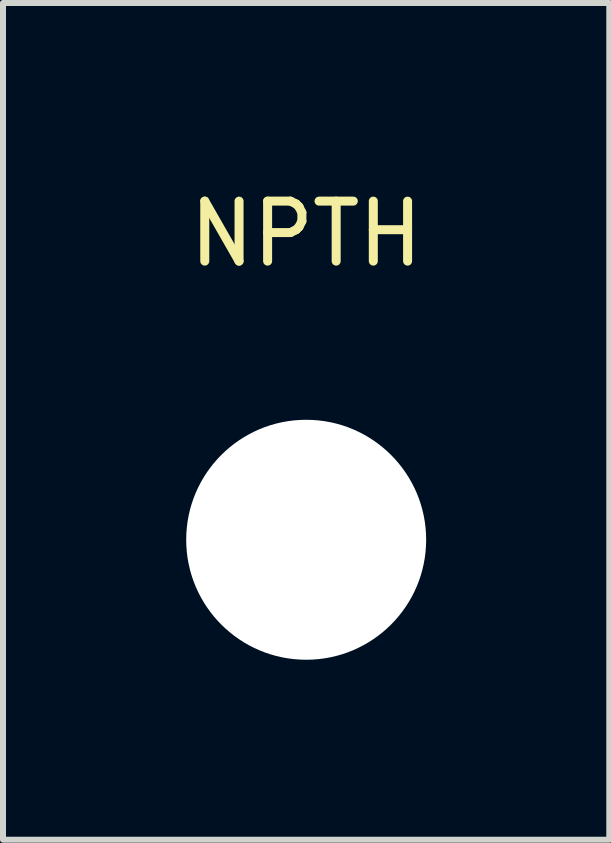
<source format=kicad_pcb>
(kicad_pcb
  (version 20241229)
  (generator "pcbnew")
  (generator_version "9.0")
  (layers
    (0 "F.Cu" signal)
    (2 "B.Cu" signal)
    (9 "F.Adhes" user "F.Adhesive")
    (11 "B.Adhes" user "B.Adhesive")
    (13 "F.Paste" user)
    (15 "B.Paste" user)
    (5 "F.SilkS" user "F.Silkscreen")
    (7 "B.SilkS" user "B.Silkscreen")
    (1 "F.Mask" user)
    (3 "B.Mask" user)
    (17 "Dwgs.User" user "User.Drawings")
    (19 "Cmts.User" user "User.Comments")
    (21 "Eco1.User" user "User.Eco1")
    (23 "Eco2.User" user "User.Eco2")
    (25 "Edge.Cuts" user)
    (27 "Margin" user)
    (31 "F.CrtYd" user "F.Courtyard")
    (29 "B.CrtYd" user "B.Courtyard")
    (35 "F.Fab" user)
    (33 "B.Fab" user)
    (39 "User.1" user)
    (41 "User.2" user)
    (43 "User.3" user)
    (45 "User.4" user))
  (footprint "NPTH"
    (layer "F.Cu")
    (at 2.054 5.948)
    (property "Reference" "NPTH" (at 0 -5.1 0) (layer "F.SilkS") (effects (font (size 1 1) (thickness 0.15))))
    (attr through_hole)
    (pad "" np_thru_hole circle (at 0 0) (size 4 4) (drill 4) (layers "*.Cu" "*.Mask")))
  (gr_rect
    (start -3 -3)
    (end 7.107 10.948)
    (stroke (width 0.1) (type default))
    (fill no)
    (layer "Edge.Cuts")))
</source>
